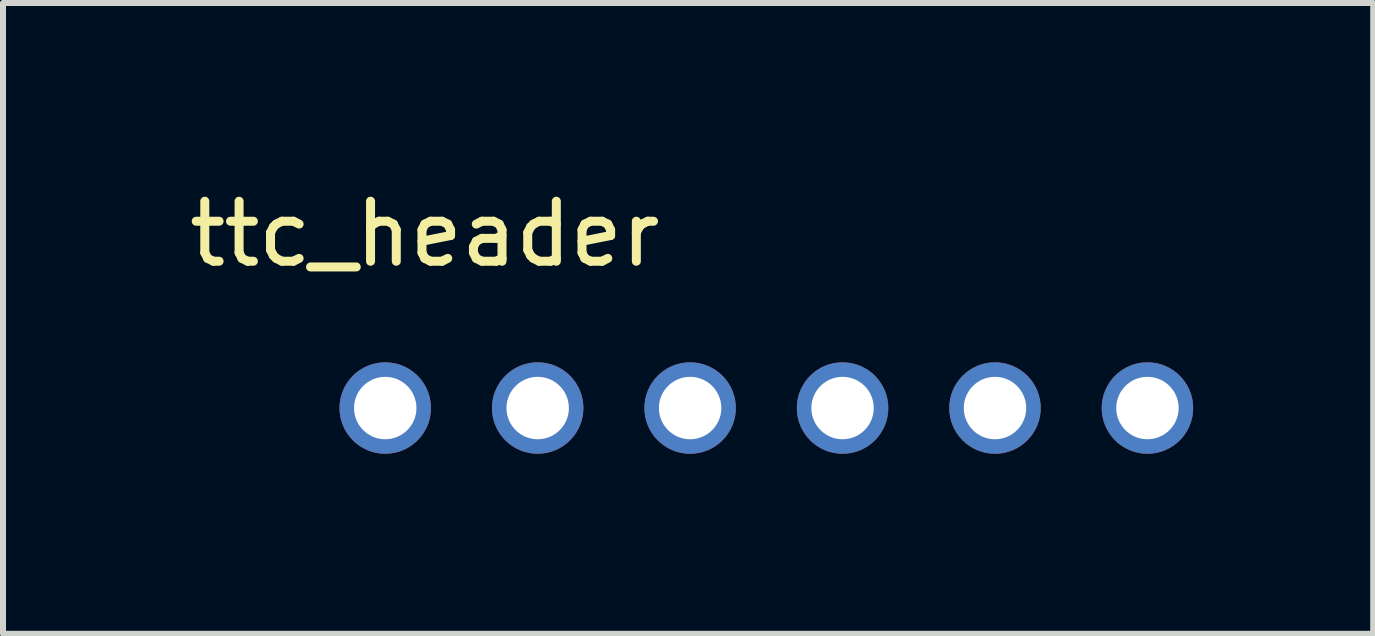
<source format=kicad_pcb>
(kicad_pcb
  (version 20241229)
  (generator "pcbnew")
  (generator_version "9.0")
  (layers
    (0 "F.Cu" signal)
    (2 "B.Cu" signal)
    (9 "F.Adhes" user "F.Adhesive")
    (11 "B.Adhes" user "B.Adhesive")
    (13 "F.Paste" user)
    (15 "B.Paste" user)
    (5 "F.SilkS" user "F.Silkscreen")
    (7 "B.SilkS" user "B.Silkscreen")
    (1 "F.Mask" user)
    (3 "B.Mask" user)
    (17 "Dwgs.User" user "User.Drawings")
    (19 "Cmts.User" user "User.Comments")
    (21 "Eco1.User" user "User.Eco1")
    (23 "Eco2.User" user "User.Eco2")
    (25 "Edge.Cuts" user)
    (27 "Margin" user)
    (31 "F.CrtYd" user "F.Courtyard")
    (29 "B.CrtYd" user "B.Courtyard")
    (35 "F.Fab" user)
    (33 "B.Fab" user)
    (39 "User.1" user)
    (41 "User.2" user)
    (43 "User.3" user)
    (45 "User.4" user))
  (footprint "ttc_header"
    (layer "F.Cu")
    (at 3.369 3.749)
    (property "Reference" "ttc_header" (at 0.66 -2.901 0) (layer "F.SilkS") (effects (font (size 1 1) (thickness 0.15))))
    (attr through_hole)
    (pad "1" thru_hole circle (at 0 0) (size 1.524 1.524) (drill 1.04) (layers "*.Cu" "*.Mask"))
    (pad "2" thru_hole circle (at 2.54 0) (size 1.524 1.524) (drill 1.04) (layers "*.Cu" "*.Mask"))
    (pad "3" thru_hole circle (at 5.08 0) (size 1.524 1.524) (drill 1.04) (layers "*.Cu" "*.Mask"))
    (pad "4" thru_hole circle (at 7.62 0) (size 1.524 1.524) (drill 1.04) (layers "*.Cu" "*.Mask"))
    (pad "5" thru_hole circle (at 10.16 0) (size 1.524 1.524) (drill 1.04) (layers "*.Cu" "*.Mask"))
    (pad "6" thru_hole circle (at 12.7 0) (size 1.524 1.524) (drill 1.04) (layers "*.Cu" "*.Mask")))
  (gr_rect
    (start -3 -3)
    (end 19.831 7.511)
    (stroke (width 0.1) (type default))
    (fill no)
    (layer "Edge.Cuts")))
</source>
